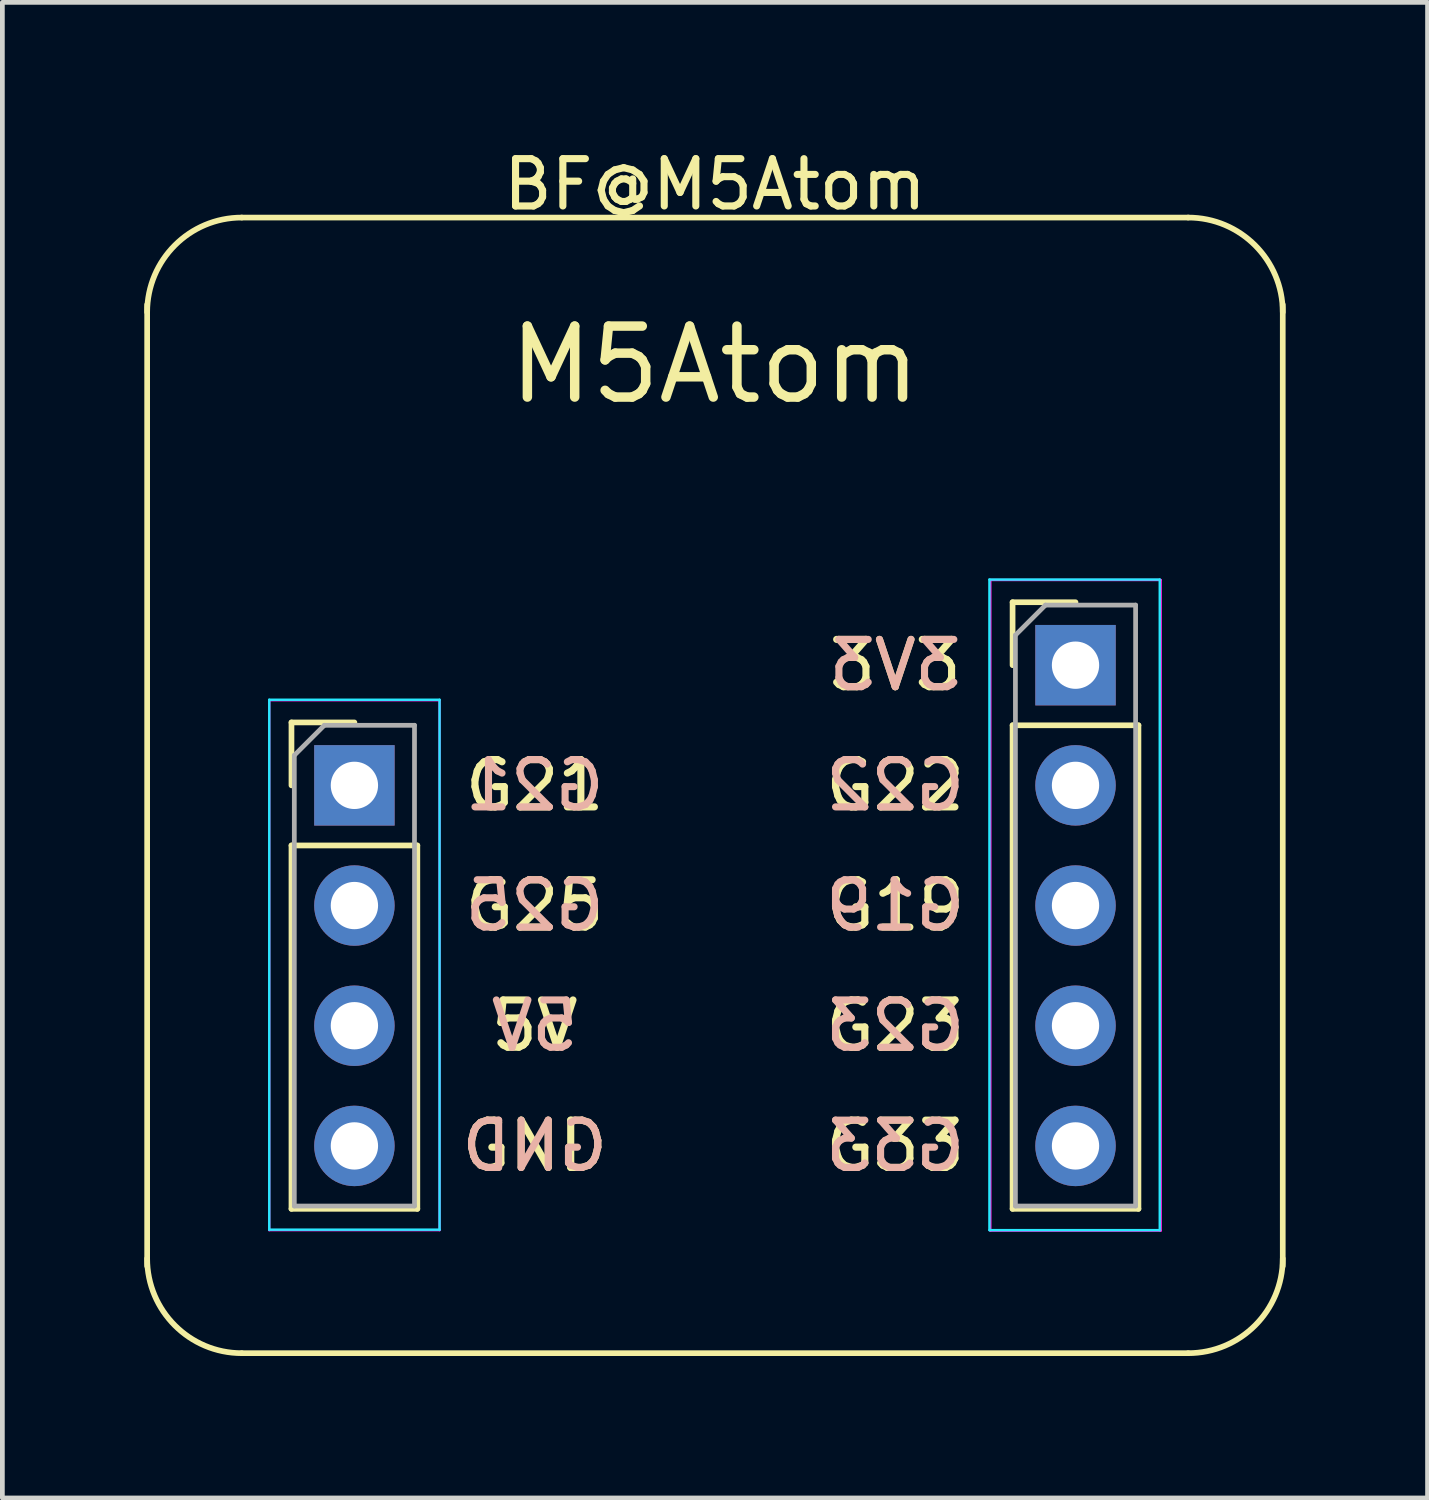
<source format=kicad_pcb>
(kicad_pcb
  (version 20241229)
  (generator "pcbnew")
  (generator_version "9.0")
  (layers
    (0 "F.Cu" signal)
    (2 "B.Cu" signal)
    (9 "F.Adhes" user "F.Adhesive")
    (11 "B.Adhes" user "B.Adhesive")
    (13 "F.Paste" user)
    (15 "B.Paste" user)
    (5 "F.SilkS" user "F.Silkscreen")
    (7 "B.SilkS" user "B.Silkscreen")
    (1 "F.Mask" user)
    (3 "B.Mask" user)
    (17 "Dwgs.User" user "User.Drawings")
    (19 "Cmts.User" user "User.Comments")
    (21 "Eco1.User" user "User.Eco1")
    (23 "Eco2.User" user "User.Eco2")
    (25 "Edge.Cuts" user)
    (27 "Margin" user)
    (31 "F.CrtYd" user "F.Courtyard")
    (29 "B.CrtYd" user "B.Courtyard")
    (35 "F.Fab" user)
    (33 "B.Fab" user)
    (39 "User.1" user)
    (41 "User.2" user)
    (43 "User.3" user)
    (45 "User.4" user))
  (footprint "BF@M5Atom"
    (layer "F.Cu")
    (at 12.06 13.548)
    (property "Reference" "BF@M5Atom" (at 0 -12.7 0) (layer "F.SilkS") (effects (font (size 1 1) (thickness 0.15))))
    (attr through_hole)
    (fp_line (start -12 10.16) (end -12 -10.16) (stroke (width 0.12) (type solid)) (layer "F.SilkS"))
    (fp_line (start -10 -12) (end 10 -12) (stroke (width 0.12) (type solid)) (layer "F.SilkS"))
    (fp_line (start -8.95 -1.33) (end -7.62 -1.33) (stroke (width 0.12) (type solid)) (layer "F.SilkS"))
    (fp_line (start -8.95 0) (end -8.95 -1.33) (stroke (width 0.12) (type solid)) (layer "F.SilkS"))
    (fp_line (start -8.95 1.27) (end -8.95 8.95) (stroke (width 0.12) (type solid)) (layer "F.SilkS"))
    (fp_line (start -8.95 1.27) (end -6.29 1.27) (stroke (width 0.12) (type solid)) (layer "F.SilkS"))
    (fp_line (start -8.95 8.95) (end -6.29 8.95) (stroke (width 0.12) (type solid)) (layer "F.SilkS"))
    (fp_line (start -6.29 1.27) (end -6.29 8.95) (stroke (width 0.12) (type solid)) (layer "F.SilkS"))
    (fp_line (start 6.29 -3.87) (end 7.62 -3.87) (stroke (width 0.12) (type solid)) (layer "F.SilkS"))
    (fp_line (start 6.29 -2.54) (end 6.29 -3.87) (stroke (width 0.12) (type solid)) (layer "F.SilkS"))
    (fp_line (start 6.29 -1.27) (end 6.29 8.95) (stroke (width 0.12) (type solid)) (layer "F.SilkS"))
    (fp_line (start 6.29 -1.27) (end 8.95 -1.27) (stroke (width 0.12) (type solid)) (layer "F.SilkS"))
    (fp_line (start 6.29 8.95) (end 8.95 8.95) (stroke (width 0.12) (type solid)) (layer "F.SilkS"))
    (fp_line (start 8.95 -1.27) (end 8.95 8.95) (stroke (width 0.12) (type solid)) (layer "F.SilkS"))
    (fp_line (start 10 12) (end -10 12) (stroke (width 0.12) (type solid)) (layer "F.SilkS"))
    (fp_line (start 12 -10.16) (end 12 10.16) (stroke (width 0.12) (type solid)) (layer "F.SilkS"))
    (fp_arc (start -12 -10) (mid -11.414214 -11.414214) (end -10 -12) (stroke (width 0.12) (type solid)) (layer "F.SilkS"))
    (fp_arc (start -10 12) (mid -11.414214 11.414214) (end -12 10) (stroke (width 0.12) (type solid)) (layer "F.SilkS"))
    (fp_arc (start 10 -12) (mid 11.414214 -11.414214) (end 12 -10) (stroke (width 0.12) (type solid)) (layer "F.SilkS"))
    (fp_arc (start 12 10) (mid 11.414214 11.414214) (end 10 12) (stroke (width 0.12) (type solid)) (layer "F.SilkS"))
    (fp_line (start -9.42 -1.81) (end -5.82 -1.81) (stroke (width 0.05) (type solid)) (layer "B.CrtYd"))
    (fp_line (start -9.42 9.39) (end -9.42 -1.81) (stroke (width 0.05) (type solid)) (layer "B.CrtYd"))
    (fp_line (start -5.82 -1.81) (end -5.82 9.39) (stroke (width 0.05) (type solid)) (layer "B.CrtYd"))
    (fp_line (start -5.82 9.39) (end -9.42 9.39) (stroke (width 0.05) (type solid)) (layer "B.CrtYd"))
    (fp_line (start 5.8 -4.35) (end 9.4 -4.35) (stroke (width 0.05) (type solid)) (layer "B.CrtYd"))
    (fp_line (start 5.8 9.4) (end 5.8 -4.35) (stroke (width 0.05) (type solid)) (layer "B.CrtYd"))
    (fp_line (start 9.4 -4.35) (end 9.4 9.4) (stroke (width 0.05) (type solid)) (layer "B.CrtYd"))
    (fp_line (start 9.4 9.4) (end 5.8 9.4) (stroke (width 0.05) (type solid)) (layer "B.CrtYd"))
    (fp_line (start -9.42 -1.8) (end -9.42 9.4) (stroke (width 0.05) (type solid)) (layer "F.CrtYd"))
    (fp_line (start -9.42 9.4) (end -5.82 9.4) (stroke (width 0.05) (type solid)) (layer "F.CrtYd"))
    (fp_line (start -5.82 -1.8) (end -9.42 -1.8) (stroke (width 0.05) (type solid)) (layer "F.CrtYd"))
    (fp_line (start -5.82 9.4) (end -5.82 -1.8) (stroke (width 0.05) (type solid)) (layer "F.CrtYd"))
    (fp_line (start 5.82 -4.34) (end 5.82 9.41) (stroke (width 0.05) (type solid)) (layer "F.CrtYd"))
    (fp_line (start 5.82 9.41) (end 9.42 9.41) (stroke (width 0.05) (type solid)) (layer "F.CrtYd"))
    (fp_line (start 9.42 -4.34) (end 5.82 -4.34) (stroke (width 0.05) (type solid)) (layer "F.CrtYd"))
    (fp_line (start 9.42 9.41) (end 9.42 -4.34) (stroke (width 0.05) (type solid)) (layer "F.CrtYd"))
    (fp_line (start -8.89 -0.635) (end -8.255 -1.27) (stroke (width 0.1) (type solid)) (layer "F.Fab"))
    (fp_line (start -8.89 8.89) (end -8.89 -0.635) (stroke (width 0.1) (type solid)) (layer "F.Fab"))
    (fp_line (start -8.255 -1.27) (end -6.35 -1.27) (stroke (width 0.1) (type solid)) (layer "F.Fab"))
    (fp_line (start -6.35 -1.27) (end -6.35 8.89) (stroke (width 0.1) (type solid)) (layer "F.Fab"))
    (fp_line (start -6.35 8.89) (end -8.89 8.89) (stroke (width 0.1) (type solid)) (layer "F.Fab"))
    (fp_line (start 6.35 -3.175) (end 6.985 -3.81) (stroke (width 0.1) (type solid)) (layer "F.Fab"))
    (fp_line (start 6.35 8.89) (end 6.35 -3.175) (stroke (width 0.1) (type solid)) (layer "F.Fab"))
    (fp_line (start 6.985 -3.81) (end 8.89 -3.81) (stroke (width 0.1) (type solid)) (layer "F.Fab"))
    (fp_line (start 8.89 -3.81) (end 8.89 8.89) (stroke (width 0.1) (type solid)) (layer "F.Fab"))
    (fp_line (start 8.89 8.89) (end 6.35 8.89) (stroke (width 0.1) (type solid)) (layer "F.Fab"))
    (fp_text user "5V" (at -3.81 5.08 0) (layer "F.SilkS") (effects (font (size 1 1) (thickness 0.15))))
    (fp_text user "G23" (at 3.81 5.08 0) (layer "F.SilkS") (effects (font (size 1 1) (thickness 0.15))))
    (fp_text user "G19" (at 3.81 2.54 0) (layer "F.SilkS") (effects (font (size 1 1) (thickness 0.15))))
    (fp_text user "G22" (at 3.81 0 0) (layer "F.SilkS") (effects (font (size 1 1) (thickness 0.15))))
    (fp_text user "M5Atom" (at 0 -8.89 0) (layer "F.SilkS") (effects (font (size 1.5 1.5) (thickness 0.2))))
    (fp_text user "GND" (at -3.81 7.62 0) (layer "F.SilkS") (effects (font (size 1 1) (thickness 0.15))))
    (fp_text user "G21" (at -3.81 0 0) (layer "F.SilkS") (effects (font (size 1 1) (thickness 0.15))))
    (fp_text user "3V3" (at 3.81 -2.54 0) (layer "F.SilkS") (effects (font (size 1 1) (thickness 0.15))))
    (fp_text user "G25" (at -3.81 2.54 0) (layer "F.SilkS") (effects (font (size 1 1) (thickness 0.15))))
    (fp_text user "G33" (at 3.81 7.62 0) (layer "F.SilkS") (effects (font (size 1 1) (thickness 0.15))))
    (fp_text user "G23" (at 3.81 5.08 0) (layer "B.SilkS") (effects (font (size 1 1) (thickness 0.15)) (justify mirror)))
    (fp_text user "G22" (at 3.81 0 0) (layer "B.SilkS") (effects (font (size 1 1) (thickness 0.15)) (justify mirror)))
    (fp_text user "G33" (at 3.81 7.62 0) (layer "B.SilkS") (effects (font (size 1 1) (thickness 0.15)) (justify mirror)))
    (fp_text user "G25" (at -3.81 2.54 0) (layer "B.SilkS") (effects (font (size 1 1) (thickness 0.15)) (justify mirror)))
    (fp_text user "GND" (at -3.81 7.62 0) (layer "B.SilkS") (effects (font (size 1 1) (thickness 0.15)) (justify mirror)))
    (fp_text user "5V" (at -3.81 5.08 0) (layer "B.SilkS") (effects (font (size 1 1) (thickness 0.15)) (justify mirror)))
    (fp_text user "3V3" (at 3.81 -2.54 0) (layer "B.SilkS") (effects (font (size 1 1) (thickness 0.15)) (justify mirror)))
    (fp_text user "G19" (at 3.81 2.54 0) (layer "B.SilkS") (effects (font (size 1 1) (thickness 0.15)) (justify mirror)))
    (fp_text user "G21" (at -3.81 0 0) (layer "B.SilkS") (effects (font (size 1 1) (thickness 0.15)) (justify mirror)))
    (pad "1" thru_hole rect (at -7.62 0) (size 1.7 1.7) (drill 1) (layers "*.Cu" "*.Mask"))
    (pad "2" thru_hole oval (at -7.62 2.54) (size 1.7 1.7) (drill 1) (layers "*.Cu" "*.Mask"))
    (pad "3" thru_hole oval (at -7.62 5.08) (size 1.7 1.7) (drill 1) (layers "*.Cu" "*.Mask"))
    (pad "4" thru_hole oval (at -7.62 7.62) (size 1.7 1.7) (drill 1) (layers "*.Cu" "*.Mask"))
    (pad "5" thru_hole oval (at 7.62 7.62) (size 1.7 1.7) (drill 1) (layers "*.Cu" "*.Mask"))
    (pad "6" thru_hole oval (at 7.62 5.08) (size 1.7 1.7) (drill 1) (layers "*.Cu" "*.Mask"))
    (pad "7" thru_hole oval (at 7.62 2.54) (size 1.7 1.7) (drill 1) (layers "*.Cu" "*.Mask"))
    (pad "8" thru_hole oval (at 7.62 0) (size 1.7 1.7) (drill 1) (layers "*.Cu" "*.Mask"))
    (pad "9" thru_hole rect (at 7.62 -2.54) (size 1.7 1.7) (drill 1) (layers "*.Cu" "*.Mask")))
  (gr_rect
    (start -3 -3)
    (end 27.12 28.608)
    (stroke (width 0.1) (type default))
    (fill no)
    (layer "Edge.Cuts")))
</source>
